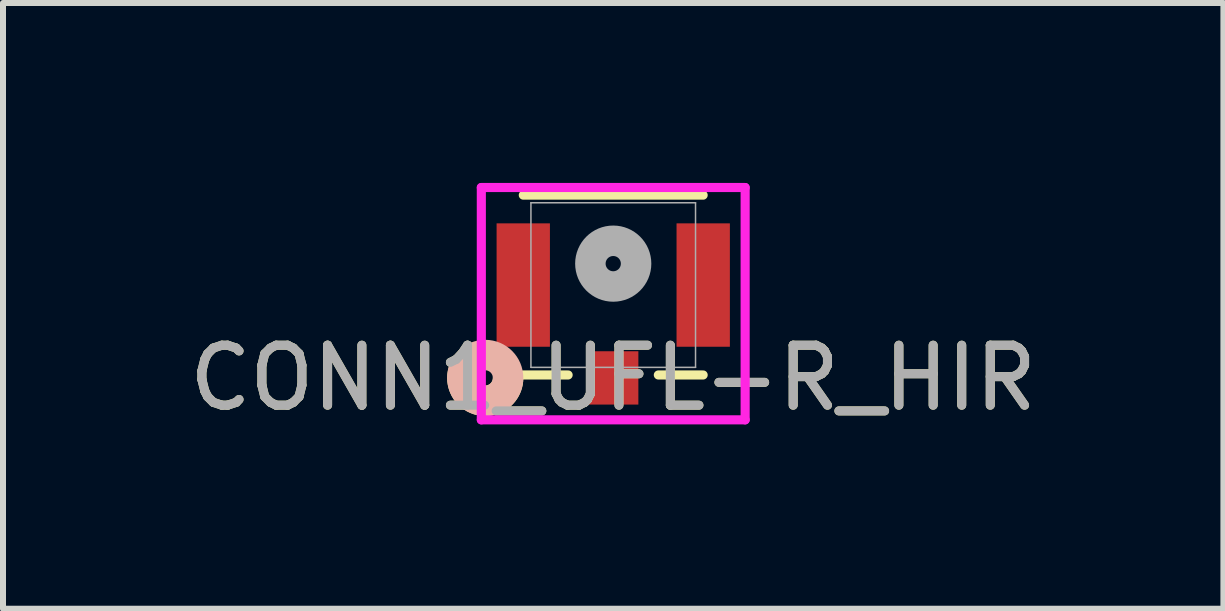
<source format=kicad_pcb>
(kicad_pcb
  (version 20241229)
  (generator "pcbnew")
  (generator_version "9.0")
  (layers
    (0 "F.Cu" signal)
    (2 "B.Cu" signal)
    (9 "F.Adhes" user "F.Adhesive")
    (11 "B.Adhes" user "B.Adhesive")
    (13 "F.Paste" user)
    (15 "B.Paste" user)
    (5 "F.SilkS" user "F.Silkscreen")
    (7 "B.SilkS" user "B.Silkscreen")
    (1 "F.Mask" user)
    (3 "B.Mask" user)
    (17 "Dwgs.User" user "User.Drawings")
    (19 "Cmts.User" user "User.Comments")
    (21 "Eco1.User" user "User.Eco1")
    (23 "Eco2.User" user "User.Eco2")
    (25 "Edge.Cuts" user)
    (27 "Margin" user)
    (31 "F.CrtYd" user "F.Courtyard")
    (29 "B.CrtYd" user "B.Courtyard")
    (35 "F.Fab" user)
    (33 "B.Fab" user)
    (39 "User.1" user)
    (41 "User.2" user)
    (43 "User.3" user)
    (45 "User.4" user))
  (footprint "CONN1_UFL-R_HIR"
    (layer "F.Cu")
    (at 7.173 1.702)
    (property "Reference" "CONN1_UFL-R_HIR" (at 0 1.548 0) (unlocked yes) (layer "F.SilkS") (effects (font (size 1 1) (thickness 0.15))))
    (attr smd)
    (fp_line (start -1.499 1.499) (end -0.752 1.499) (stroke (width 0.152) (type solid)) (layer "F.SilkS"))
    (fp_line (start 0.752 1.499) (end 1.499 1.499) (stroke (width 0.152) (type solid)) (layer "F.SilkS"))
    (fp_line (start 1.499 -1.499) (end -1.499 -1.499) (stroke (width 0.152) (type solid)) (layer "F.SilkS"))
    (fp_arc (start -1.7526 1.548399) (mid -2.285063 1.897999) (end -2.394175 1.27044) (stroke (width 0.508) (type solid)) (layer "F.SilkS"))
    (fp_circle (center -2.134 1.548) (end -1.753 1.548) (stroke (width 0.508) (type solid)) (fill no) (layer "B.SilkS"))
    (fp_line (start -2.199 -1.626) (end -2.199 2.247) (stroke (width 0.152) (type solid)) (layer "F.CrtYd"))
    (fp_line (start -2.199 2.247) (end 2.199 2.247) (stroke (width 0.152) (type solid)) (layer "F.CrtYd"))
    (fp_line (start 2.199 -1.626) (end -2.199 -1.626) (stroke (width 0.152) (type solid)) (layer "F.CrtYd"))
    (fp_line (start 2.199 2.247) (end 2.199 -1.626) (stroke (width 0.152) (type solid)) (layer "F.CrtYd"))
    (fp_line (start -1.372 -1.372) (end -1.372 1.372) (stroke (width 0.025) (type solid)) (layer "F.Fab"))
    (fp_line (start -1.372 1.372) (end 1.372 1.372) (stroke (width 0.025) (type solid)) (layer "F.Fab"))
    (fp_line (start 1.372 -1.372) (end -1.372 -1.372) (stroke (width 0.025) (type solid)) (layer "F.Fab"))
    (fp_line (start 1.372 1.372) (end 1.372 -1.372) (stroke (width 0.025) (type solid)) (layer "F.Fab"))
    (fp_circle (center 0 -0.357) (end 0.381 -0.357) (stroke (width 0.508) (type solid)) (fill no) (layer "F.Fab"))
    (fp_text user "${REFERENCE}" (at 0 1.548 0) (unlocked yes) (layer "F.Fab") (effects (font (size 1 1) (thickness 0.15))))
    (pad "1" smd rect (at 0 1.548) (size 0.838 0.889) (layers "F.Cu" "F.Mask" "F.Paste"))
    (pad "2" smd rect (at -1.5 -0.00001) (size 0.889 2.057) (layers "F.Cu" "F.Mask" "F.Paste"))
    (pad "3" smd rect (at 1.5 -0.00001) (size 0.889 2.057) (layers "F.Cu" "F.Mask" "F.Paste")))
  (gr_rect
    (start -3 -3)
    (end 17.345 7.098)
    (stroke (width 0.1) (type default))
    (fill no)
    (layer "Edge.Cuts")))
</source>
